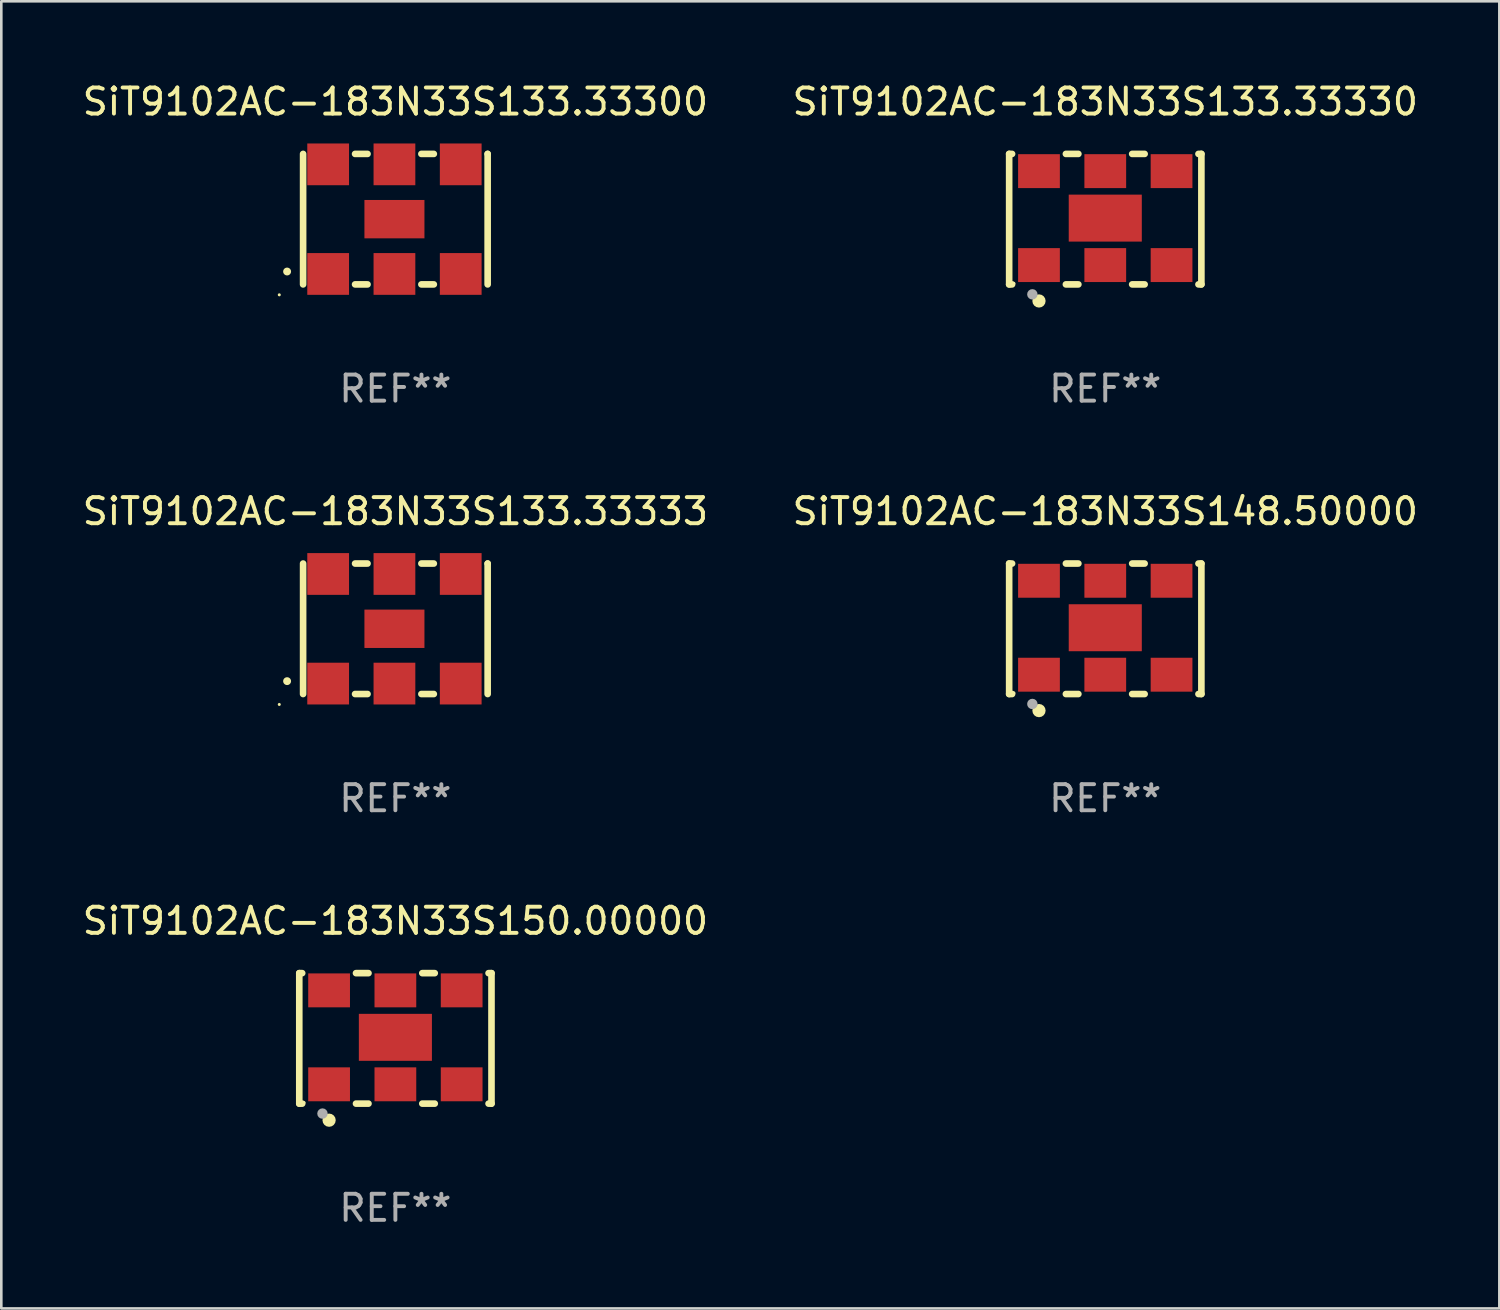
<source format=kicad_pcb>
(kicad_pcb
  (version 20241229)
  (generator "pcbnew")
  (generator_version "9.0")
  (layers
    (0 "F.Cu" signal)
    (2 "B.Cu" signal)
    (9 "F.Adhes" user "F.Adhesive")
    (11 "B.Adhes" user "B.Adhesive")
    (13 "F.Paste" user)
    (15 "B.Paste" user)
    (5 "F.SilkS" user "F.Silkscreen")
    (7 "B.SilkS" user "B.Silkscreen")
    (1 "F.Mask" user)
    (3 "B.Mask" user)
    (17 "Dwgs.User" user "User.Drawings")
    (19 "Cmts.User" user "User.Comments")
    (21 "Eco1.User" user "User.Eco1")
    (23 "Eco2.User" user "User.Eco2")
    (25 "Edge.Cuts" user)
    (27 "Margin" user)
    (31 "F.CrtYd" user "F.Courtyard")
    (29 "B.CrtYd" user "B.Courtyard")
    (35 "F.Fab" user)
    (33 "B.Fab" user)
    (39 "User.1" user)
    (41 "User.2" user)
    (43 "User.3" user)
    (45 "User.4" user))
  (footprint "SiT9102AC-183N33S133.33330"
    (layer "F.Cu")
    (at 39.304 5.348)
    (property "Reference" "SiT9102AC-183N33S133.33330" (at 0 -4.5 0) (layer "F.SilkS") (effects (font (size 1 1) (thickness 0.15))))
    (attr through_hole)
    (fp_line (start -3.683 -2.5) (end -3.571 -2.5) (stroke (width 0.254) (type solid)) (layer "F.SilkS"))
    (fp_line (start -3.683 2.5) (end -3.683 -2.5) (stroke (width 0.254) (type solid)) (layer "F.SilkS"))
    (fp_line (start -3.683 2.5) (end -3.571 2.5) (stroke (width 0.254) (type solid)) (layer "F.SilkS"))
    (fp_line (start -1.509 -2.5) (end -1.031 -2.5) (stroke (width 0.254) (type solid)) (layer "F.SilkS"))
    (fp_line (start -1.509 2.5) (end -1.031 2.5) (stroke (width 0.254) (type solid)) (layer "F.SilkS"))
    (fp_line (start 1.031 -2.5) (end 1.509 -2.5) (stroke (width 0.254) (type solid)) (layer "F.SilkS"))
    (fp_line (start 1.031 2.5) (end 1.509 2.5) (stroke (width 0.254) (type solid)) (layer "F.SilkS"))
    (fp_line (start 3.571 -2.5) (end 3.683 -2.5) (stroke (width 0.254) (type solid)) (layer "F.SilkS"))
    (fp_line (start 3.571 2.5) (end 3.683 2.5) (stroke (width 0.254) (type solid)) (layer "F.SilkS"))
    (fp_line (start 3.683 2.5) (end 3.683 -2.5) (stroke (width 0.254) (type solid)) (layer "F.SilkS"))
    (fp_circle (center -3.5 2.46) (end -3.47 2.46) (stroke (width 0.06) (type solid)) (fill no) (layer "F.SilkS"))
    (fp_circle (center -2.54 3.135) (end -2.413 3.135) (stroke (width 0.254) (type solid)) (fill no) (layer "F.SilkS"))
    (fp_circle (center -2.794 2.881) (end -2.694 2.881) (stroke (width 0.2) (type solid)) (fill no) (layer "F.Fab"))
    (fp_text user "REF**" (at 0 6.5 0) (layer "F.Fab") (effects (font (size 1 1) (thickness 0.15))))
    (pad "1" smd rect (at -2.54 1.76) (size 1.6 1.3) (layers "F.Cu" "F.Mask" "F.Paste"))
    (pad "2" smd rect (at 0 1.76) (size 1.6 1.3) (layers "F.Cu" "F.Mask" "F.Paste"))
    (pad "3" smd rect (at 2.54 1.76) (size 1.6 1.3) (layers "F.Cu" "F.Mask" "F.Paste"))
    (pad "4" smd rect (at 2.54 -1.84) (size 1.6 1.3) (layers "F.Cu" "F.Mask" "F.Paste"))
    (pad "5" smd rect (at 0 -1.84) (size 1.6 1.3) (layers "F.Cu" "F.Mask" "F.Paste"))
    (pad "6" smd rect (at -2.54 -1.84) (size 1.6 1.3) (layers "F.Cu" "F.Mask" "F.Paste"))
    (pad "7" smd rect (at 0 -0.04) (size 2.8 1.8) (layers "F.Cu" "F.Mask" "F.Paste")))
  (footprint "SiT9102AC-183N33S133.33300"
    (layer "F.Cu")
    (at 12.101 5.348)
    (property "Reference" "SiT9102AC-183N33S133.33300" (at 0 -4.5 0) (layer "F.SilkS") (effects (font (size 1 1) (thickness 0.15))))
    (attr through_hole)
    (fp_line (start -3.536 -2.5) (end -3.536 2.5) (stroke (width 0.254) (type solid)) (layer "F.SilkS"))
    (fp_line (start -1.544 2.5) (end -1.067 2.5) (stroke (width 0.254) (type solid)) (layer "F.SilkS"))
    (fp_line (start -1.067 -2.5) (end -1.544 -2.5) (stroke (width 0.254) (type solid)) (layer "F.SilkS"))
    (fp_line (start 0.996 2.5) (end 1.473 2.5) (stroke (width 0.254) (type solid)) (layer "F.SilkS"))
    (fp_line (start 1.473 -2.5) (end 0.996 -2.5) (stroke (width 0.254) (type solid)) (layer "F.SilkS"))
    (fp_line (start 3.536 -2.5) (end 3.536 -2.5) (stroke (width 0.254) (type solid)) (layer "F.SilkS"))
    (fp_line (start 3.536 2.5) (end 3.536 -2.5) (stroke (width 0.254) (type solid)) (layer "F.SilkS"))
    (fp_arc (start -4.150432 2.006604) (mid -4.149162 2.006599) (end -4.147892 2.006604) (stroke (width 0.3) (type solid)) (layer "F.SilkS"))
    (fp_circle (center -4.449 2.9) (end -4.419 2.9) (stroke (width 0.06) (type solid)) (fill no) (layer "F.SilkS"))
    (fp_text user "REF**" (at 0 6.5 0) (layer "F.Fab") (effects (font (size 1 1) (thickness 0.15))))
    (pad "1" smd rect (at -2.576 2.1) (size 1.6 1.6) (layers "F.Cu" "F.Mask" "F.Paste"))
    (pad "2" smd rect (at -0.036 2.1) (size 1.6 1.6) (layers "F.Cu" "F.Mask" "F.Paste"))
    (pad "3" smd rect (at 2.504 2.1) (size 1.6 1.6) (layers "F.Cu" "F.Mask" "F.Paste"))
    (pad "4" smd rect (at 2.504 -2.1) (size 1.6 1.6) (layers "F.Cu" "F.Mask" "F.Paste"))
    (pad "5" smd rect (at -0.036 -2.1) (size 1.6 1.6) (layers "F.Cu" "F.Mask" "F.Paste"))
    (pad "6" smd rect (at -2.576 -2.1) (size 1.6 1.6) (layers "F.Cu" "F.Mask" "F.Paste"))
    (pad "7" smd rect (at -0.036 0) (size 2.3 1.47) (layers "F.Cu" "F.Mask" "F.Paste")))
  (footprint "SiT9102AC-183N33S133.33333"
    (layer "F.Cu")
    (at 12.101 21.045)
    (property "Reference" "SiT9102AC-183N33S133.33333" (at 0 -4.5 0) (layer "F.SilkS") (effects (font (size 1 1) (thickness 0.15))))
    (attr through_hole)
    (fp_line (start -3.536 -2.5) (end -3.536 2.5) (stroke (width 0.254) (type solid)) (layer "F.SilkS"))
    (fp_line (start -1.544 2.5) (end -1.067 2.5) (stroke (width 0.254) (type solid)) (layer "F.SilkS"))
    (fp_line (start -1.067 -2.5) (end -1.544 -2.5) (stroke (width 0.254) (type solid)) (layer "F.SilkS"))
    (fp_line (start 0.996 2.5) (end 1.473 2.5) (stroke (width 0.254) (type solid)) (layer "F.SilkS"))
    (fp_line (start 1.473 -2.5) (end 0.996 -2.5) (stroke (width 0.254) (type solid)) (layer "F.SilkS"))
    (fp_line (start 3.536 -2.5) (end 3.536 -2.5) (stroke (width 0.254) (type solid)) (layer "F.SilkS"))
    (fp_line (start 3.536 2.5) (end 3.536 -2.5) (stroke (width 0.254) (type solid)) (layer "F.SilkS"))
    (fp_arc (start -4.150432 2.006604) (mid -4.149162 2.006599) (end -4.147892 2.006604) (stroke (width 0.3) (type solid)) (layer "F.SilkS"))
    (fp_circle (center -4.449 2.9) (end -4.419 2.9) (stroke (width 0.06) (type solid)) (fill no) (layer "F.SilkS"))
    (fp_text user "REF**" (at 0 6.5 0) (layer "F.Fab") (effects (font (size 1 1) (thickness 0.15))))
    (pad "1" smd rect (at -2.576 2.1) (size 1.6 1.6) (layers "F.Cu" "F.Mask" "F.Paste"))
    (pad "2" smd rect (at -0.036 2.1) (size 1.6 1.6) (layers "F.Cu" "F.Mask" "F.Paste"))
    (pad "3" smd rect (at 2.504 2.1) (size 1.6 1.6) (layers "F.Cu" "F.Mask" "F.Paste"))
    (pad "4" smd rect (at 2.504 -2.1) (size 1.6 1.6) (layers "F.Cu" "F.Mask" "F.Paste"))
    (pad "5" smd rect (at -0.036 -2.1) (size 1.6 1.6) (layers "F.Cu" "F.Mask" "F.Paste"))
    (pad "6" smd rect (at -2.576 -2.1) (size 1.6 1.6) (layers "F.Cu" "F.Mask" "F.Paste"))
    (pad "7" smd rect (at -0.036 0) (size 2.3 1.47) (layers "F.Cu" "F.Mask" "F.Paste")))
  (footprint "SiT9102AC-183N33S148.50000"
    (layer "F.Cu")
    (at 39.304 21.045)
    (property "Reference" "SiT9102AC-183N33S148.50000" (at 0 -4.5 0) (layer "F.SilkS") (effects (font (size 1 1) (thickness 0.15))))
    (attr through_hole)
    (fp_line (start -3.683 -2.5) (end -3.571 -2.5) (stroke (width 0.254) (type solid)) (layer "F.SilkS"))
    (fp_line (start -3.683 2.5) (end -3.683 -2.5) (stroke (width 0.254) (type solid)) (layer "F.SilkS"))
    (fp_line (start -3.683 2.5) (end -3.571 2.5) (stroke (width 0.254) (type solid)) (layer "F.SilkS"))
    (fp_line (start -1.509 -2.5) (end -1.031 -2.5) (stroke (width 0.254) (type solid)) (layer "F.SilkS"))
    (fp_line (start -1.509 2.5) (end -1.031 2.5) (stroke (width 0.254) (type solid)) (layer "F.SilkS"))
    (fp_line (start 1.031 -2.5) (end 1.509 -2.5) (stroke (width 0.254) (type solid)) (layer "F.SilkS"))
    (fp_line (start 1.031 2.5) (end 1.509 2.5) (stroke (width 0.254) (type solid)) (layer "F.SilkS"))
    (fp_line (start 3.571 -2.5) (end 3.683 -2.5) (stroke (width 0.254) (type solid)) (layer "F.SilkS"))
    (fp_line (start 3.571 2.5) (end 3.683 2.5) (stroke (width 0.254) (type solid)) (layer "F.SilkS"))
    (fp_line (start 3.683 2.5) (end 3.683 -2.5) (stroke (width 0.254) (type solid)) (layer "F.SilkS"))
    (fp_circle (center -3.5 2.46) (end -3.47 2.46) (stroke (width 0.06) (type solid)) (fill no) (layer "F.SilkS"))
    (fp_circle (center -2.54 3.135) (end -2.413 3.135) (stroke (width 0.254) (type solid)) (fill no) (layer "F.SilkS"))
    (fp_circle (center -2.794 2.881) (end -2.694 2.881) (stroke (width 0.2) (type solid)) (fill no) (layer "F.Fab"))
    (fp_text user "REF**" (at 0 6.5 0) (layer "F.Fab") (effects (font (size 1 1) (thickness 0.15))))
    (pad "1" smd rect (at -2.54 1.76) (size 1.6 1.3) (layers "F.Cu" "F.Mask" "F.Paste"))
    (pad "2" smd rect (at 0 1.76) (size 1.6 1.3) (layers "F.Cu" "F.Mask" "F.Paste"))
    (pad "3" smd rect (at 2.54 1.76) (size 1.6 1.3) (layers "F.Cu" "F.Mask" "F.Paste"))
    (pad "4" smd rect (at 2.54 -1.84) (size 1.6 1.3) (layers "F.Cu" "F.Mask" "F.Paste"))
    (pad "5" smd rect (at 0 -1.84) (size 1.6 1.3) (layers "F.Cu" "F.Mask" "F.Paste"))
    (pad "6" smd rect (at -2.54 -1.84) (size 1.6 1.3) (layers "F.Cu" "F.Mask" "F.Paste"))
    (pad "7" smd rect (at 0 -0.04) (size 2.8 1.8) (layers "F.Cu" "F.Mask" "F.Paste")))
  (footprint "SiT9102AC-183N33S150.00000"
    (layer "F.Cu")
    (at 12.101 36.741)
    (property "Reference" "SiT9102AC-183N33S150.00000" (at 0 -4.5 0) (layer "F.SilkS") (effects (font (size 1 1) (thickness 0.15))))
    (attr through_hole)
    (fp_line (start -3.683 -2.5) (end -3.571 -2.5) (stroke (width 0.254) (type solid)) (layer "F.SilkS"))
    (fp_line (start -3.683 2.5) (end -3.683 -2.5) (stroke (width 0.254) (type solid)) (layer "F.SilkS"))
    (fp_line (start -3.683 2.5) (end -3.571 2.5) (stroke (width 0.254) (type solid)) (layer "F.SilkS"))
    (fp_line (start -1.509 -2.5) (end -1.031 -2.5) (stroke (width 0.254) (type solid)) (layer "F.SilkS"))
    (fp_line (start -1.509 2.5) (end -1.031 2.5) (stroke (width 0.254) (type solid)) (layer "F.SilkS"))
    (fp_line (start 1.031 -2.5) (end 1.509 -2.5) (stroke (width 0.254) (type solid)) (layer "F.SilkS"))
    (fp_line (start 1.031 2.5) (end 1.509 2.5) (stroke (width 0.254) (type solid)) (layer "F.SilkS"))
    (fp_line (start 3.571 -2.5) (end 3.683 -2.5) (stroke (width 0.254) (type solid)) (layer "F.SilkS"))
    (fp_line (start 3.571 2.5) (end 3.683 2.5) (stroke (width 0.254) (type solid)) (layer "F.SilkS"))
    (fp_line (start 3.683 2.5) (end 3.683 -2.5) (stroke (width 0.254) (type solid)) (layer "F.SilkS"))
    (fp_circle (center -3.5 2.46) (end -3.47 2.46) (stroke (width 0.06) (type solid)) (fill no) (layer "F.SilkS"))
    (fp_circle (center -2.54 3.135) (end -2.413 3.135) (stroke (width 0.254) (type solid)) (fill no) (layer "F.SilkS"))
    (fp_circle (center -2.794 2.881) (end -2.694 2.881) (stroke (width 0.2) (type solid)) (fill no) (layer "F.Fab"))
    (fp_text user "REF**" (at 0 6.5 0) (layer "F.Fab") (effects (font (size 1 1) (thickness 0.15))))
    (pad "1" smd rect (at -2.54 1.76) (size 1.6 1.3) (layers "F.Cu" "F.Mask" "F.Paste"))
    (pad "2" smd rect (at 0 1.76) (size 1.6 1.3) (layers "F.Cu" "F.Mask" "F.Paste"))
    (pad "3" smd rect (at 2.54 1.76) (size 1.6 1.3) (layers "F.Cu" "F.Mask" "F.Paste"))
    (pad "4" smd rect (at 2.54 -1.84) (size 1.6 1.3) (layers "F.Cu" "F.Mask" "F.Paste"))
    (pad "5" smd rect (at 0 -1.84) (size 1.6 1.3) (layers "F.Cu" "F.Mask" "F.Paste"))
    (pad "6" smd rect (at -2.54 -1.84) (size 1.6 1.3) (layers "F.Cu" "F.Mask" "F.Paste"))
    (pad "7" smd rect (at 0 -0.04) (size 2.8 1.8) (layers "F.Cu" "F.Mask" "F.Paste")))
  (gr_rect
    (start -3 -3)
    (end 54.405 47.09)
    (stroke (width 0.1) (type default))
    (fill no)
    (layer "Edge.Cuts")))
</source>
